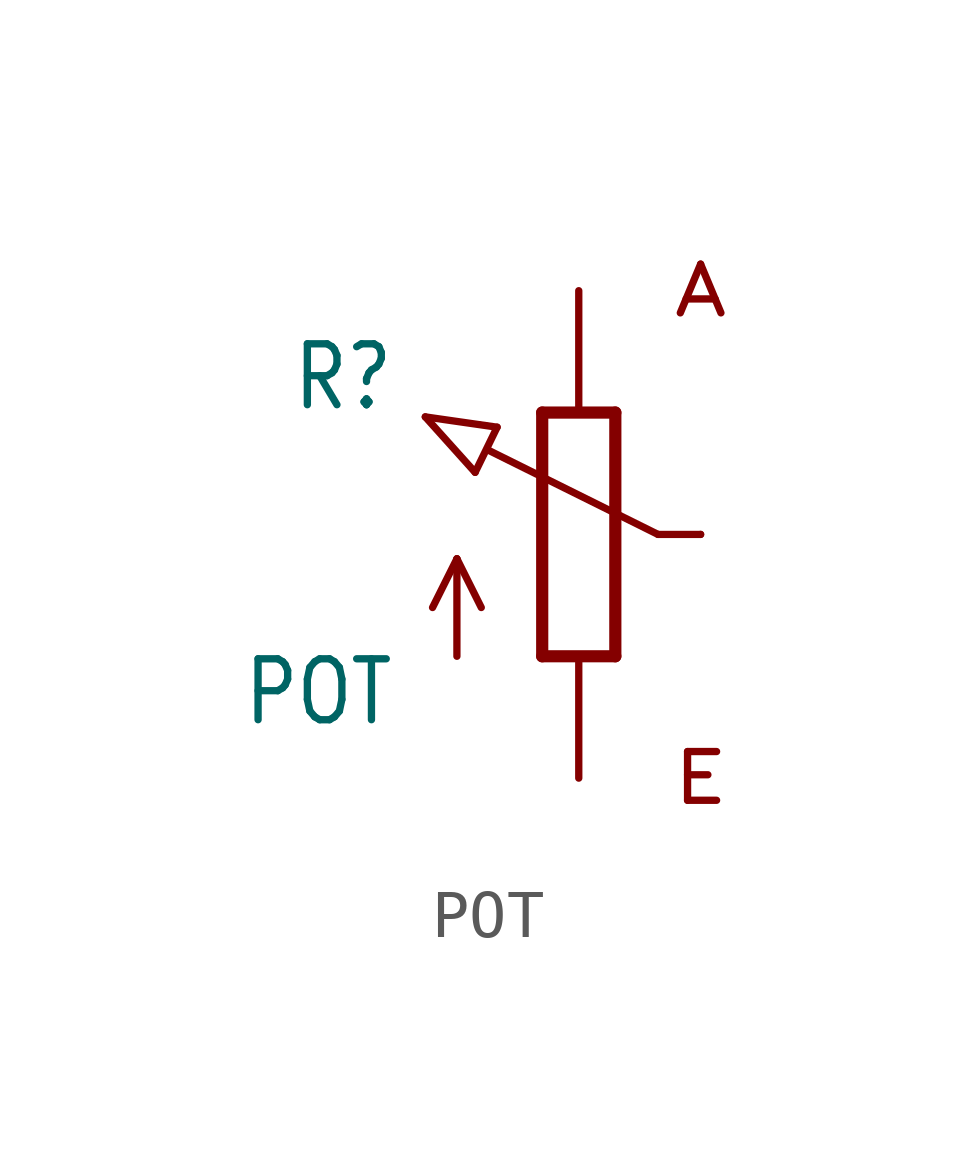
<source format=kicad_sym>
(kicad_symbol_lib
  (version 20201005)
  (generator kicad_symbol_editor)
  (symbol "POT"
    (property "Reference" "R"
      (at -3.81 2.54 0)
      (effects (font (size 1.27 1.079)) (justify right bottom)))
    (property "Value" "POT"
      (at -3.81 -2.54 0)
      (effects (font (size 1.27 1.079)) (justify right top)))
    (property "ki_locked" ""
      (at 0 0 0)
      (effects (font (size 1.27 1.27))))
    (symbol "POT_1_0"
      (text "A" (at 2.54 5.08 0) (effects (font (size 1.016 1.27))))
      (text "E" (at 2.54 -5.08 0) (effects (font (size 1.016 1.27))))
      (polyline (pts (xy -3.199 2.45) (xy -1.702 2.235)) (stroke (width 0.152)) (fill (type none)))
      (polyline (pts (xy -2.54 -2.54) (xy -2.54 -0.508)) (stroke (width 0.152)) (fill (type none)))
      (polyline (pts (xy -2.54 -0.508) (xy -3.048 -1.524)) (stroke (width 0.152)) (fill (type none)))
      (polyline (pts (xy -2.54 -0.508) (xy -2.032 -1.524)) (stroke (width 0.152)) (fill (type none)))
      (polyline (pts (xy -2.16 1.294) (xy -3.199 2.45)) (stroke (width 0.152)) (fill (type none)))
      (polyline (pts (xy -2.16 1.294) (xy -1.702 2.235)) (stroke (width 0.152)) (fill (type none)))
      (polyline (pts (xy -0.762 -2.54) (xy 0.762 -2.54)) (stroke (width 0.254)) (fill (type none)))
      (polyline (pts (xy -0.762 2.54) (xy -0.762 -2.54)) (stroke (width 0.254)) (fill (type none)))
      (polyline (pts (xy 0.762 -2.54) (xy 0.762 2.54)) (stroke (width 0.254)) (fill (type none)))
      (polyline (pts (xy 0.762 2.54) (xy -0.762 2.54)) (stroke (width 0.254)) (fill (type none)))
      (polyline (pts (xy 1.651 0) (xy -1.88 1.753)) (stroke (width 0.152)) (fill (type none)))
      (polyline (pts (xy 2.54 0) (xy 1.651 0)) (stroke (width 0.152)) (fill (type none)))
      (pin passive line (at 0 -5.08 90) (length 2.54) (name "A" (effects (font (size 0 0)))) (number "A" (effects (font (size 0 0)))))
      (pin passive line (at 0 5.08 270) (length 2.54) (name "E" (effects (font (size 0 0)))) (number "E" (effects (font (size 0 0)))))
      (pin passive line (at 2.54 0 180) (length 0) (name "S" (effects (font (size 0 0)))) (number "S" (effects (font (size 0 0))))))))
</source>
